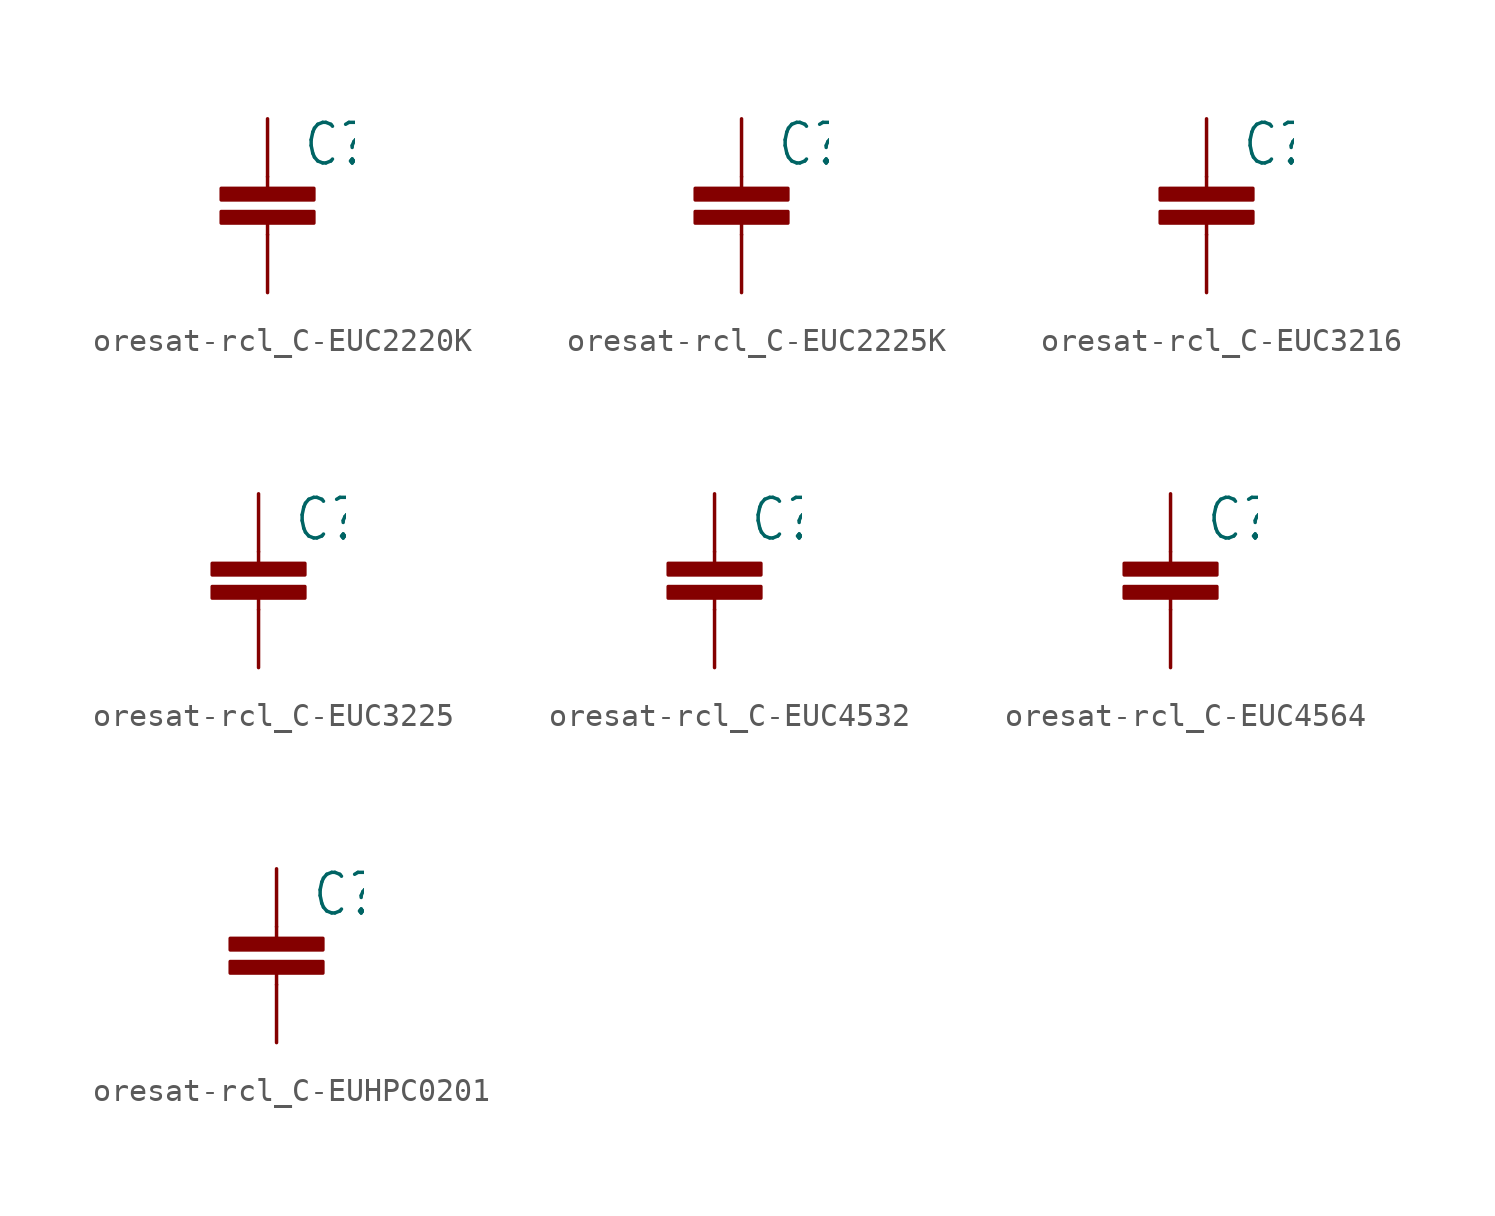
<source format=kicad_sym>
(kicad_symbol_lib
  (version 20220914)
  (generator kicad_symbol_editor)
  (symbol "oresat-rcl_C-EUC2220K"
    (property "Reference" "C"
      (at 1.524 0.381 0)
      (effects (font (size 1.778 1.511)) (justify left bottom)))
    (property "Value" ""
      (at 1.524 -4.699 0)
      (effects (font (size 1.778 1.511)) (justify left bottom)))
    (property "ki_locked" ""
      (at 0 0 0)
      (effects (font (size 1.27 1.27))))
    (symbol "oresat-rcl_C-EUC2220K_1_0"
      (rectangle (start -2.032 -2.032) (end 2.032 -1.524) (stroke (width 0) (type default)) (fill (type outline)))
      (rectangle (start -2.032 -1.016) (end 2.032 -0.508) (stroke (width 0) (type default)) (fill (type outline)))
      (polyline (pts (xy 0 -2.54) (xy 0 -2.032)) (stroke (width 0.152) (type solid)) (fill (type none)))
      (polyline (pts (xy 0 0) (xy 0 -0.508)) (stroke (width 0.152) (type solid)) (fill (type none)))
      (pin passive line (at 0 2.54 270) (length 2.54) (name "1" (effects (font (size 0 0)))) (number "1" (effects (font (size 0 0)))))
      (pin passive line (at 0 -5.08 90) (length 2.54) (name "2" (effects (font (size 0 0)))) (number "2" (effects (font (size 0 0)))))))
  (symbol "oresat-rcl_C-EUC2225K"
    (property "Reference" "C"
      (at 1.524 0.381 0)
      (effects (font (size 1.778 1.511)) (justify left bottom)))
    (property "Value" ""
      (at 1.524 -4.699 0)
      (effects (font (size 1.778 1.511)) (justify left bottom)))
    (property "ki_locked" ""
      (at 0 0 0)
      (effects (font (size 1.27 1.27))))
    (symbol "oresat-rcl_C-EUC2225K_1_0"
      (rectangle (start -2.032 -2.032) (end 2.032 -1.524) (stroke (width 0) (type default)) (fill (type outline)))
      (rectangle (start -2.032 -1.016) (end 2.032 -0.508) (stroke (width 0) (type default)) (fill (type outline)))
      (polyline (pts (xy 0 -2.54) (xy 0 -2.032)) (stroke (width 0.152) (type solid)) (fill (type none)))
      (polyline (pts (xy 0 0) (xy 0 -0.508)) (stroke (width 0.152) (type solid)) (fill (type none)))
      (pin passive line (at 0 2.54 270) (length 2.54) (name "1" (effects (font (size 0 0)))) (number "1" (effects (font (size 0 0)))))
      (pin passive line (at 0 -5.08 90) (length 2.54) (name "2" (effects (font (size 0 0)))) (number "2" (effects (font (size 0 0)))))))
  (symbol "oresat-rcl_C-EUC3216"
    (property "Reference" "C"
      (at 1.524 0.381 0)
      (effects (font (size 1.778 1.511)) (justify left bottom)))
    (property "Value" ""
      (at 1.524 -4.699 0)
      (effects (font (size 1.778 1.511)) (justify left bottom)))
    (property "ki_locked" ""
      (at 0 0 0)
      (effects (font (size 1.27 1.27))))
    (symbol "oresat-rcl_C-EUC3216_1_0"
      (rectangle (start -2.032 -2.032) (end 2.032 -1.524) (stroke (width 0) (type default)) (fill (type outline)))
      (rectangle (start -2.032 -1.016) (end 2.032 -0.508) (stroke (width 0) (type default)) (fill (type outline)))
      (polyline (pts (xy 0 -2.54) (xy 0 -2.032)) (stroke (width 0.152) (type solid)) (fill (type none)))
      (polyline (pts (xy 0 0) (xy 0 -0.508)) (stroke (width 0.152) (type solid)) (fill (type none)))
      (pin passive line (at 0 2.54 270) (length 2.54) (name "1" (effects (font (size 0 0)))) (number "1" (effects (font (size 0 0)))))
      (pin passive line (at 0 -5.08 90) (length 2.54) (name "2" (effects (font (size 0 0)))) (number "2" (effects (font (size 0 0)))))))
  (symbol "oresat-rcl_C-EUC3225"
    (property "Reference" "C"
      (at 1.524 0.381 0)
      (effects (font (size 1.778 1.511)) (justify left bottom)))
    (property "Value" ""
      (at 1.524 -4.699 0)
      (effects (font (size 1.778 1.511)) (justify left bottom)))
    (property "ki_locked" ""
      (at 0 0 0)
      (effects (font (size 1.27 1.27))))
    (symbol "oresat-rcl_C-EUC3225_1_0"
      (rectangle (start -2.032 -2.032) (end 2.032 -1.524) (stroke (width 0) (type default)) (fill (type outline)))
      (rectangle (start -2.032 -1.016) (end 2.032 -0.508) (stroke (width 0) (type default)) (fill (type outline)))
      (polyline (pts (xy 0 -2.54) (xy 0 -2.032)) (stroke (width 0.152) (type solid)) (fill (type none)))
      (polyline (pts (xy 0 0) (xy 0 -0.508)) (stroke (width 0.152) (type solid)) (fill (type none)))
      (pin passive line (at 0 2.54 270) (length 2.54) (name "1" (effects (font (size 0 0)))) (number "1" (effects (font (size 0 0)))))
      (pin passive line (at 0 -5.08 90) (length 2.54) (name "2" (effects (font (size 0 0)))) (number "2" (effects (font (size 0 0)))))))
  (symbol "oresat-rcl_C-EUC4532"
    (property "Reference" "C"
      (at 1.524 0.381 0)
      (effects (font (size 1.778 1.511)) (justify left bottom)))
    (property "Value" ""
      (at 1.524 -4.699 0)
      (effects (font (size 1.778 1.511)) (justify left bottom)))
    (property "ki_locked" ""
      (at 0 0 0)
      (effects (font (size 1.27 1.27))))
    (symbol "oresat-rcl_C-EUC4532_1_0"
      (rectangle (start -2.032 -2.032) (end 2.032 -1.524) (stroke (width 0) (type default)) (fill (type outline)))
      (rectangle (start -2.032 -1.016) (end 2.032 -0.508) (stroke (width 0) (type default)) (fill (type outline)))
      (polyline (pts (xy 0 -2.54) (xy 0 -2.032)) (stroke (width 0.152) (type solid)) (fill (type none)))
      (polyline (pts (xy 0 0) (xy 0 -0.508)) (stroke (width 0.152) (type solid)) (fill (type none)))
      (pin passive line (at 0 2.54 270) (length 2.54) (name "1" (effects (font (size 0 0)))) (number "1" (effects (font (size 0 0)))))
      (pin passive line (at 0 -5.08 90) (length 2.54) (name "2" (effects (font (size 0 0)))) (number "2" (effects (font (size 0 0)))))))
  (symbol "oresat-rcl_C-EUC4564"
    (property "Reference" "C"
      (at 1.524 0.381 0)
      (effects (font (size 1.778 1.511)) (justify left bottom)))
    (property "Value" ""
      (at 1.524 -4.699 0)
      (effects (font (size 1.778 1.511)) (justify left bottom)))
    (property "ki_locked" ""
      (at 0 0 0)
      (effects (font (size 1.27 1.27))))
    (symbol "oresat-rcl_C-EUC4564_1_0"
      (rectangle (start -2.032 -2.032) (end 2.032 -1.524) (stroke (width 0) (type default)) (fill (type outline)))
      (rectangle (start -2.032 -1.016) (end 2.032 -0.508) (stroke (width 0) (type default)) (fill (type outline)))
      (polyline (pts (xy 0 -2.54) (xy 0 -2.032)) (stroke (width 0.152) (type solid)) (fill (type none)))
      (polyline (pts (xy 0 0) (xy 0 -0.508)) (stroke (width 0.152) (type solid)) (fill (type none)))
      (pin passive line (at 0 2.54 270) (length 2.54) (name "1" (effects (font (size 0 0)))) (number "1" (effects (font (size 0 0)))))
      (pin passive line (at 0 -5.08 90) (length 2.54) (name "2" (effects (font (size 0 0)))) (number "2" (effects (font (size 0 0)))))))
  (symbol "oresat-rcl_C-EUHPC0201"
    (property "Reference" "C"
      (at 1.524 0.381 0)
      (effects (font (size 1.778 1.511)) (justify left bottom)))
    (property "Value" ""
      (at 1.524 -4.699 0)
      (effects (font (size 1.778 1.511)) (justify left bottom)))
    (property "ki_locked" ""
      (at 0 0 0)
      (effects (font (size 1.27 1.27))))
    (symbol "oresat-rcl_C-EUHPC0201_1_0"
      (rectangle (start -2.032 -2.032) (end 2.032 -1.524) (stroke (width 0) (type default)) (fill (type outline)))
      (rectangle (start -2.032 -1.016) (end 2.032 -0.508) (stroke (width 0) (type default)) (fill (type outline)))
      (polyline (pts (xy 0 -2.54) (xy 0 -2.032)) (stroke (width 0.152) (type solid)) (fill (type none)))
      (polyline (pts (xy 0 0) (xy 0 -0.508)) (stroke (width 0.152) (type solid)) (fill (type none)))
      (pin passive line (at 0 2.54 270) (length 2.54) (name "1" (effects (font (size 0 0)))) (number "1" (effects (font (size 0 0)))))
      (pin passive line (at 0 -5.08 90) (length 2.54) (name "2" (effects (font (size 0 0)))) (number "2" (effects (font (size 0 0))))))))
</source>
